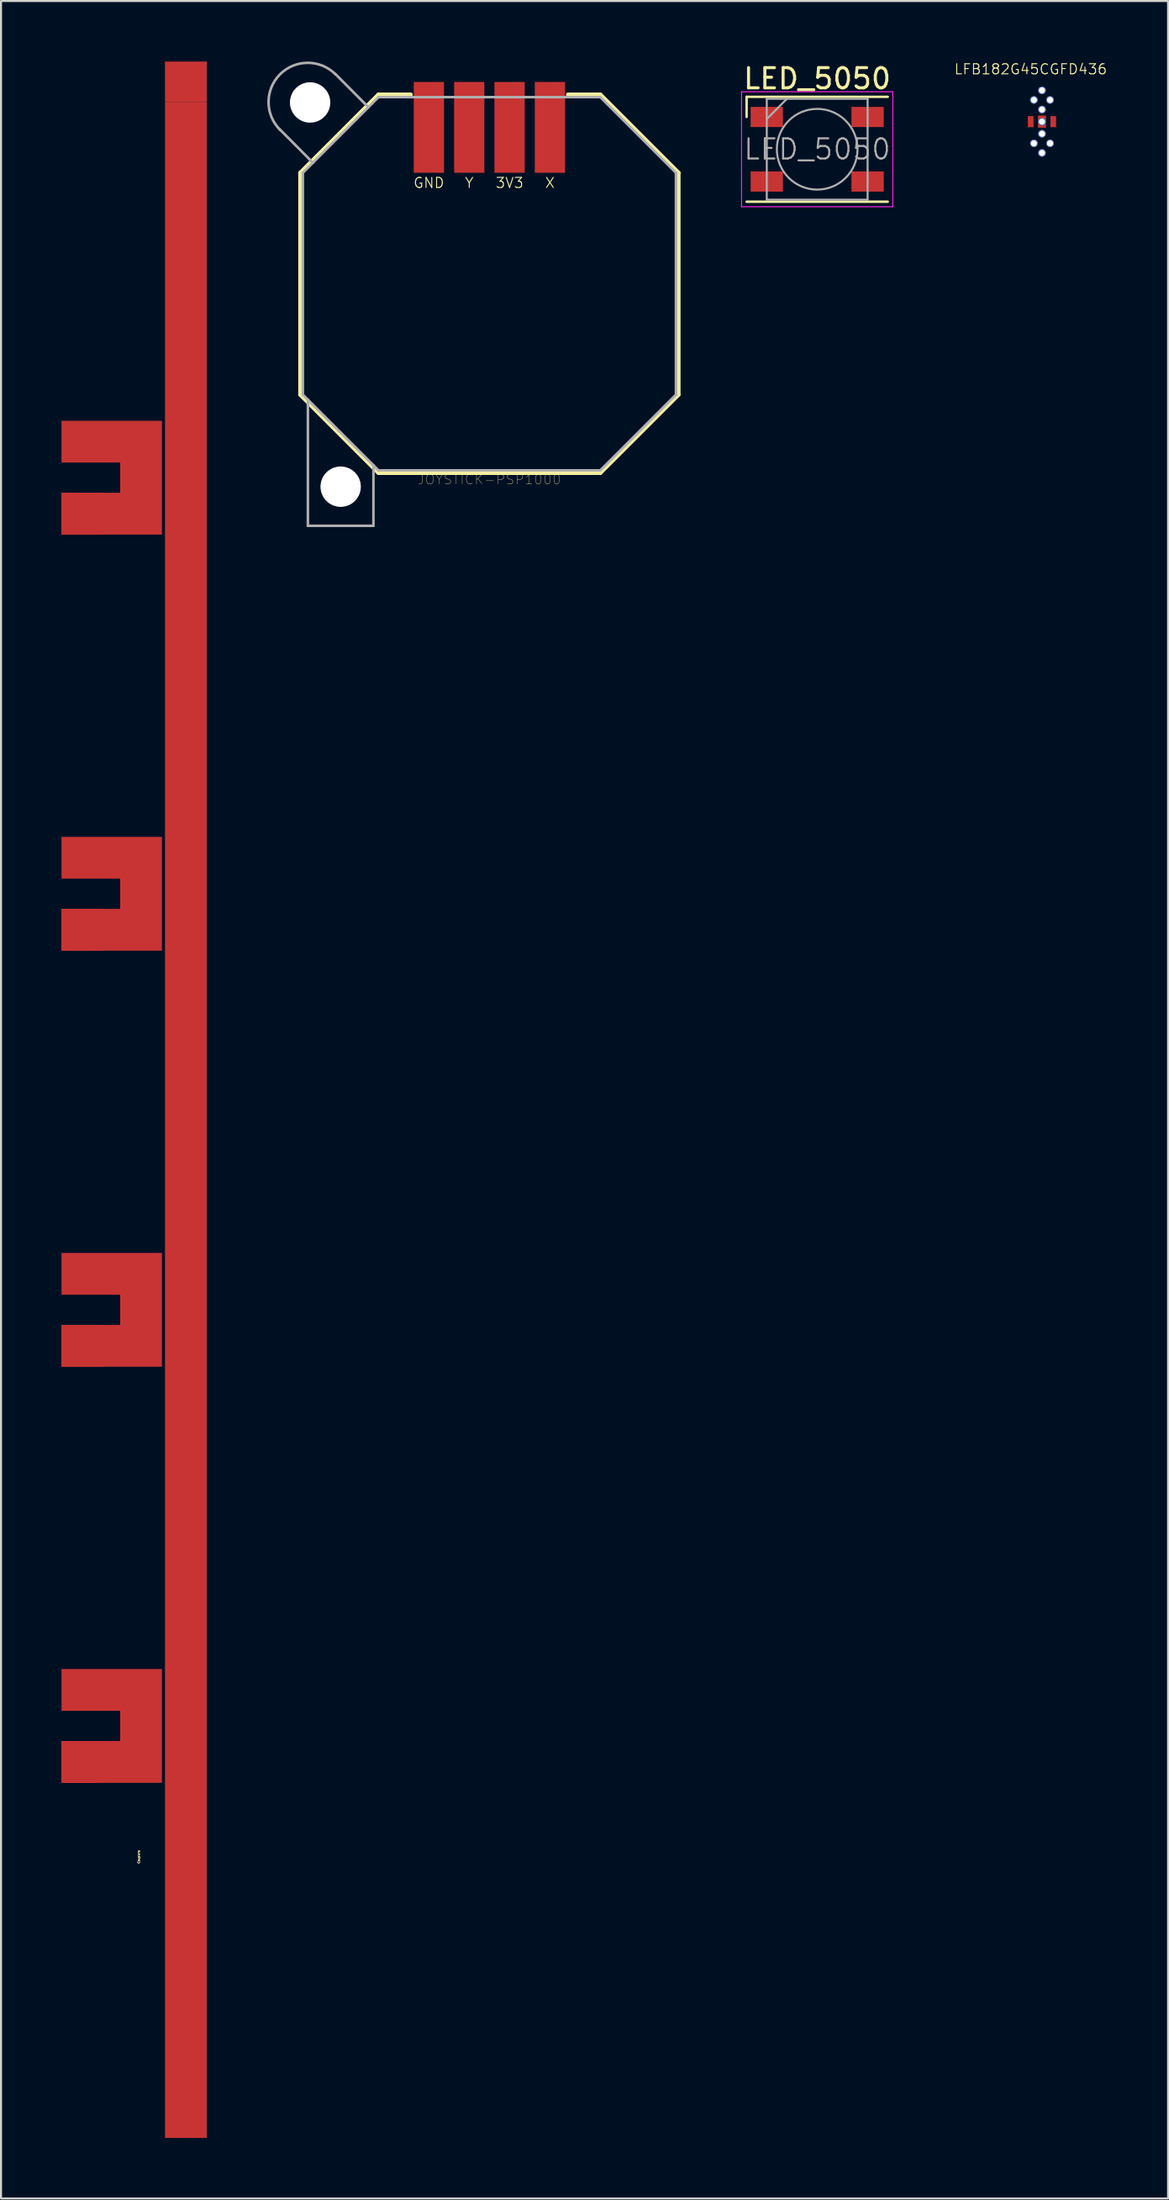
<source format=kicad_pcb>
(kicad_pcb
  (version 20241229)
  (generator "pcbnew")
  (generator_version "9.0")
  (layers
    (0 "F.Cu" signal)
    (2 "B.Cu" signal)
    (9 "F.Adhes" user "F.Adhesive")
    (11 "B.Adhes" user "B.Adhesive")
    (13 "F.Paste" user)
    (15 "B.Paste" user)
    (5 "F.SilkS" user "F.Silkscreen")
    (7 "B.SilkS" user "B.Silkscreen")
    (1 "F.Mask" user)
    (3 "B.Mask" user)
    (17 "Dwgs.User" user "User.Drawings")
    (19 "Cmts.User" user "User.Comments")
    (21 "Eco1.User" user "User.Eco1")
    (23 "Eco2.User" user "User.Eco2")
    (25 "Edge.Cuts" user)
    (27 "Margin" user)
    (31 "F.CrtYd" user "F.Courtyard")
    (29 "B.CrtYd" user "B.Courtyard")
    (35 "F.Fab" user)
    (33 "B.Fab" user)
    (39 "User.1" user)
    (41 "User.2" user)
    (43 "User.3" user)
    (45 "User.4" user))
  (footprint "LED_5050"
    (layer "F.Cu")
    (at 37.469 4.348)
    (property "Reference" "LED_5050" (at 0 -3.5 0) (layer "F.SilkS") (effects (font (size 1 1) (thickness 0.15))))
    (attr smd)
    (fp_line (start -3.5 -2.6) (end 3.5 -2.6) (stroke (width 0.12) (type solid)) (layer "F.SilkS"))
    (fp_line (start -3.5 -1.6) (end -3.5 -2.6) (stroke (width 0.12) (type solid)) (layer "F.SilkS"))
    (fp_line (start -3.5 2.6) (end 3.5 2.6) (stroke (width 0.12) (type solid)) (layer "F.SilkS"))
    (fp_line (start -3.75 -2.85) (end -3.75 2.85) (stroke (width 0.05) (type solid)) (layer "F.CrtYd"))
    (fp_line (start -3.75 2.85) (end 3.75 2.85) (stroke (width 0.05) (type solid)) (layer "F.CrtYd"))
    (fp_line (start 3.75 -2.85) (end -3.75 -2.85) (stroke (width 0.05) (type solid)) (layer "F.CrtYd"))
    (fp_line (start 3.75 2.85) (end 3.75 -2.85) (stroke (width 0.05) (type solid)) (layer "F.CrtYd"))
    (fp_line (start -2.5 -2.5) (end -2.5 2.5) (stroke (width 0.1) (type solid)) (layer "F.Fab"))
    (fp_line (start -2.5 2.5) (end 2.5 2.5) (stroke (width 0.1) (type solid)) (layer "F.Fab"))
    (fp_line (start -1.5 -2.5) (end -2.5 -1.5) (stroke (width 0.1) (type solid)) (layer "F.Fab"))
    (fp_line (start 2.5 -2.5) (end -2.5 -2.5) (stroke (width 0.1) (type solid)) (layer "F.Fab"))
    (fp_line (start 2.5 2.5) (end 2.5 -2.5) (stroke (width 0.1) (type solid)) (layer "F.Fab"))
    (fp_circle (center 0 0) (end 0 -2) (stroke (width 0.1) (type solid)) (fill no) (layer "F.Fab"))
    (fp_text user "${REFERENCE}" (at 0 0 0) (layer "F.Fab") (effects (font (size 1 1) (thickness 0.1))))
    (pad "1" smd rect (at -2.5 -1.6) (size 1.6 1) (layers "F.Cu" "F.Mask" "F.Paste"))
    (pad "2" smd rect (at -2.5 1.6) (size 1.6 1) (layers "F.Cu" "F.Mask" "F.Paste"))
    (pad "3" smd rect (at 2.5 1.6) (size 1.6 1) (layers "F.Cu" "F.Mask" "F.Paste"))
    (pad "4" smd rect (at 2.5 -1.6) (size 1.6 1) (layers "F.Cu" "F.Mask" "F.Paste")))
  (footprint "Couplers"
    (layer "F.Cu")
    (at 5.131 82.501)
    (property "Reference" "Couplers" (at -1.301 6.491 90) (layer "F.SilkS") (effects (font (size 0.1 0.1) (thickness 0.025))))
    (attr smd)
    (pad "1" smd custom (at 1.035 19.423) (size 0.6 0.6) (layers "F.Cu" "F.Mask") (options (anchor circle)) (primitives (gr_poly (pts (xy -1.035 1) (xy 1.035 1) (xy 1.035 -99.922) (xy -1.035 -99.922) (xy 1.035 -99.922) (xy -1.035 -99.922)) (width 0) (fill yes))))
    (pad "2" smd custom (at -4.131 -1.785) (size 0.6 0.6) (layers "F.Cu" "F.Mask") (options (anchor circle)) (primitives (gr_poly (pts (xy -1 2.534) (xy -1 4.605) (xy 3.978 4.605) (xy 3.978 -1.035) (xy -1 -1.035) (xy -1 1.035) (xy 1.908 1.035) (xy 1.908 2.534)) (width 0) (fill yes))))
    (pad "2" smd rect (at -4.096 1.784) (size 2.071 2.071) (layers "F.Cu" "F.Mask"))
    (pad "3" smd custom (at -4.131 -22.41) (size 0.6 0.6) (layers "F.Cu" "F.Mask") (options (anchor circle)) (primitives (gr_poly (pts (xy -1 2.534) (xy -1 4.605) (xy 3.978 4.605) (xy 3.978 -1.035) (xy -1 -1.035) (xy -1 1.035) (xy 1.908 1.035) (xy 1.908 2.534)) (width 0) (fill yes))))
    (pad "3" smd rect (at -4.096 -18.841) (size 2.071 2.071) (layers "F.Cu" "F.Mask"))
    (pad "4" smd custom (at -4.131 -43.034) (size 0.6 0.6) (layers "F.Cu" "F.Mask") (options (anchor circle)) (primitives (gr_poly (pts (xy -1 2.534) (xy -1 4.605) (xy 3.978 4.605) (xy 3.978 -1.035) (xy -1 -1.035) (xy -1 1.035) (xy 1.908 1.035) (xy 1.908 2.534)) (width 0) (fill yes))))
    (pad "4" smd rect (at -4.096 -39.465) (size 2.071 2.071) (layers "F.Cu" "F.Mask"))
    (pad "5" smd custom (at -4.131 -63.659) (size 0.6 0.6) (layers "F.Cu" "F.Mask") (options (anchor circle)) (primitives (gr_poly (pts (xy -1 2.534) (xy -1 4.605) (xy 3.978 4.605) (xy 3.978 -1.035) (xy -1 -1.035) (xy -1 1.035) (xy 1.908 1.035) (xy 1.908 2.534)) (width 0) (fill yes))))
    (pad "5" smd rect (at -4.096 -60.09) (size 2.071 2.071) (layers "F.Cu" "F.Mask"))
    (pad "6" smd rect (at 1.035 -81.5) (size 2.071 2.001) (layers "F.Cu" "F.Mask")))
  (footprint "LFB182G45CGFD436"
    (layer "F.Cu")
    (at 48.055 2.98)
    (property "Reference" "LFB182G45CGFD436" (at 0 -2.6 0) (layer "F.SilkS") (effects (font (size 0.5 0.5) (thickness 0.05))))
    (attr through_hole)
    (pad "1" smd rect (at 0 0) (size 0.28 0.55) (layers "F.Cu" "F.Mask" "F.Paste"))
    (pad "2" thru_hole circle (at 0.16 -1.075) (size 0.38 0.38) (drill 0.3) (layers "*.Cu" "*.Mask"))
    (pad "2" thru_hole circle (at 0.16 1.075) (size 0.38 0.38) (drill 0.3) (layers "*.Cu" "*.Mask"))
    (pad "2" thru_hole circle (at 0.56 -1.55) (size 0.38 0.38) (drill 0.3) (layers "*.Cu" "*.Mask"))
    (pad "2" thru_hole circle (at 0.56 -0.6) (size 0.38 0.38) (drill 0.3) (layers "*.Cu" "*.Mask"))
    (pad "2" thru_hole circle (at 0.56 0) (size 0.38 0.38) (drill 0.3) (layers "*.Cu" "*.Mask"))
    (pad "2" smd rect (at 0.56 0) (size 0.4 0.6) (layers "F.Cu" "F.Mask" "F.Paste"))
    (pad "2" thru_hole circle (at 0.56 0.6) (size 0.38 0.38) (drill 0.3) (layers "*.Cu" "*.Mask"))
    (pad "2" thru_hole circle (at 0.56 1.55) (size 0.38 0.38) (drill 0.3) (layers "*.Cu" "*.Mask"))
    (pad "2" thru_hole circle (at 0.96 -1.075) (size 0.38 0.38) (drill 0.3) (layers "*.Cu" "*.Mask"))
    (pad "2" thru_hole circle (at 0.96 1.075) (size 0.38 0.38) (drill 0.3) (layers "*.Cu" "*.Mask"))
    (pad "3" smd rect (at 1.12 0) (size 0.28 0.55) (layers "F.Cu" "F.Mask" "F.Paste")))
  (footprint "JOYSTICK-PSP1000"
    (layer "F.Cu")
    (at 21.216 11.014)
    (property "Reference" "JOYSTICK-PSP1000" (at 0 9.703 0) (layer "F.SilkS") (effects (font (size 0.48 0.48) (thickness 0.015))))
    (attr through_hole)
    (fp_line (start -9.377 5.5) (end -9.377 -5.5) (stroke (width 0.203) (type solid)) (layer "F.SilkS"))
    (fp_line (start -9.377 5.5) (end -5.5 9.377) (stroke (width 0.203) (type solid)) (layer "F.SilkS"))
    (fp_line (start -5.5 -9.377) (end -9.377 -5.5) (stroke (width 0.203) (type solid)) (layer "F.SilkS"))
    (fp_line (start -5.5 -9.377) (end -3.898 -9.377) (stroke (width 0.203) (type solid)) (layer "F.SilkS"))
    (fp_line (start -5.5 9.377) (end 5.5 9.377) (stroke (width 0.203) (type solid)) (layer "F.SilkS"))
    (fp_line (start 3.898 -9.377) (end 5.5 -9.377) (stroke (width 0.203) (type solid)) (layer "F.SilkS"))
    (fp_line (start 5.5 -9.377) (end 9.377 -5.5) (stroke (width 0.203) (type solid)) (layer "F.SilkS"))
    (fp_line (start 9.377 5.5) (end 5.5 9.377) (stroke (width 0.203) (type solid)) (layer "F.SilkS"))
    (fp_line (start 9.377 5.5) (end 9.377 -5.5) (stroke (width 0.203) (type solid)) (layer "F.SilkS"))
    (fp_line (start -10.4 -7.658) (end -8.75 -6) (stroke (width 0.127) (type solid)) (layer "F.Fab"))
    (fp_line (start -9.25 5.5) (end -9.25 -5.5) (stroke (width 0.127) (type solid)) (layer "F.Fab"))
    (fp_line (start -9.25 5.5) (end -9 5.75) (stroke (width 0.127) (type solid)) (layer "F.Fab"))
    (fp_line (start -9 5.75) (end -9 12) (stroke (width 0.127) (type solid)) (layer "F.Fab"))
    (fp_line (start -9 5.75) (end -5.75 9) (stroke (width 0.127) (type solid)) (layer "F.Fab"))
    (fp_line (start -9 12) (end -5.75 12) (stroke (width 0.127) (type solid)) (layer "F.Fab"))
    (fp_line (start -8.75 -6) (end -9.25 -5.5) (stroke (width 0.127) (type solid)) (layer "F.Fab"))
    (fp_line (start -7.65 -10.408) (end -6 -8.75) (stroke (width 0.127) (type solid)) (layer "F.Fab"))
    (fp_line (start -6 -8.75) (end -8.75 -6) (stroke (width 0.127) (type solid)) (layer "F.Fab"))
    (fp_line (start -5.75 9) (end -5.5 9.25) (stroke (width 0.127) (type solid)) (layer "F.Fab"))
    (fp_line (start -5.75 12) (end -5.75 9) (stroke (width 0.127) (type solid)) (layer "F.Fab"))
    (fp_line (start -5.5 -9.25) (end -6 -8.75) (stroke (width 0.127) (type solid)) (layer "F.Fab"))
    (fp_line (start -5.5 -9.25) (end 5.5 -9.25) (stroke (width 0.127) (type solid)) (layer "F.Fab"))
    (fp_line (start -5.5 9.25) (end 5.5 9.25) (stroke (width 0.127) (type solid)) (layer "F.Fab"))
    (fp_line (start 5.5 -9.25) (end 9.25 -5.5) (stroke (width 0.127) (type solid)) (layer "F.Fab"))
    (fp_line (start 9.25 5.5) (end 5.5 9.25) (stroke (width 0.127) (type solid)) (layer "F.Fab"))
    (fp_line (start 9.25 5.5) (end 9.25 -5.5) (stroke (width 0.127) (type solid)) (layer "F.Fab"))
    (fp_arc (start -10.3809 -7.6309) (mid -10.3809 -10.3809) (end -7.6309 -10.3809) (stroke (width 0.127) (type solid)) (layer "F.Fab"))
    (fp_text user "GND" (at -3 -5 0) (layer "F.SilkS") (effects (font (size 0.5 0.5) (thickness 0.05))))
    (fp_text user "3V3" (at 1 -5 0) (layer "F.SilkS") (effects (font (size 0.5 0.5) (thickness 0.05))))
    (fp_text user "X" (at 3 -5 0) (layer "F.SilkS") (effects (font (size 0.5 0.5) (thickness 0.05))))
    (fp_text user "Y" (at -1 -5 0) (layer "F.SilkS") (effects (font (size 0.5 0.5) (thickness 0.05))))
    (pad "" np_thru_hole circle (at -8.89 -8.985) (size 2 2) (drill 2) (layers "*.Cu" "*.Mask"))
    (pad "" np_thru_hole circle (at -7.375 10.06) (size 2 2) (drill 2) (layers "*.Cu" "*.Mask"))
    (pad "1" smd rect (at 3 -7.75) (size 1.5 4.5) (layers "F.Cu" "F.Mask" "F.Paste"))
    (pad "2" smd rect (at 1 -7.75) (size 1.5 4.5) (layers "F.Cu" "F.Mask" "F.Paste"))
    (pad "3" smd rect (at -1 -7.75) (size 1.5 4.5) (layers "F.Cu" "F.Mask" "F.Paste"))
    (pad "4" smd rect (at -3 -7.75) (size 1.5 4.5) (layers "F.Cu" "F.Mask" "F.Paste")))
  (gr_rect
    (start -3 -3)
    (end 54.866 105.924)
    (stroke (width 0.1) (type default))
    (fill no)
    (layer "Edge.Cuts")))
</source>
